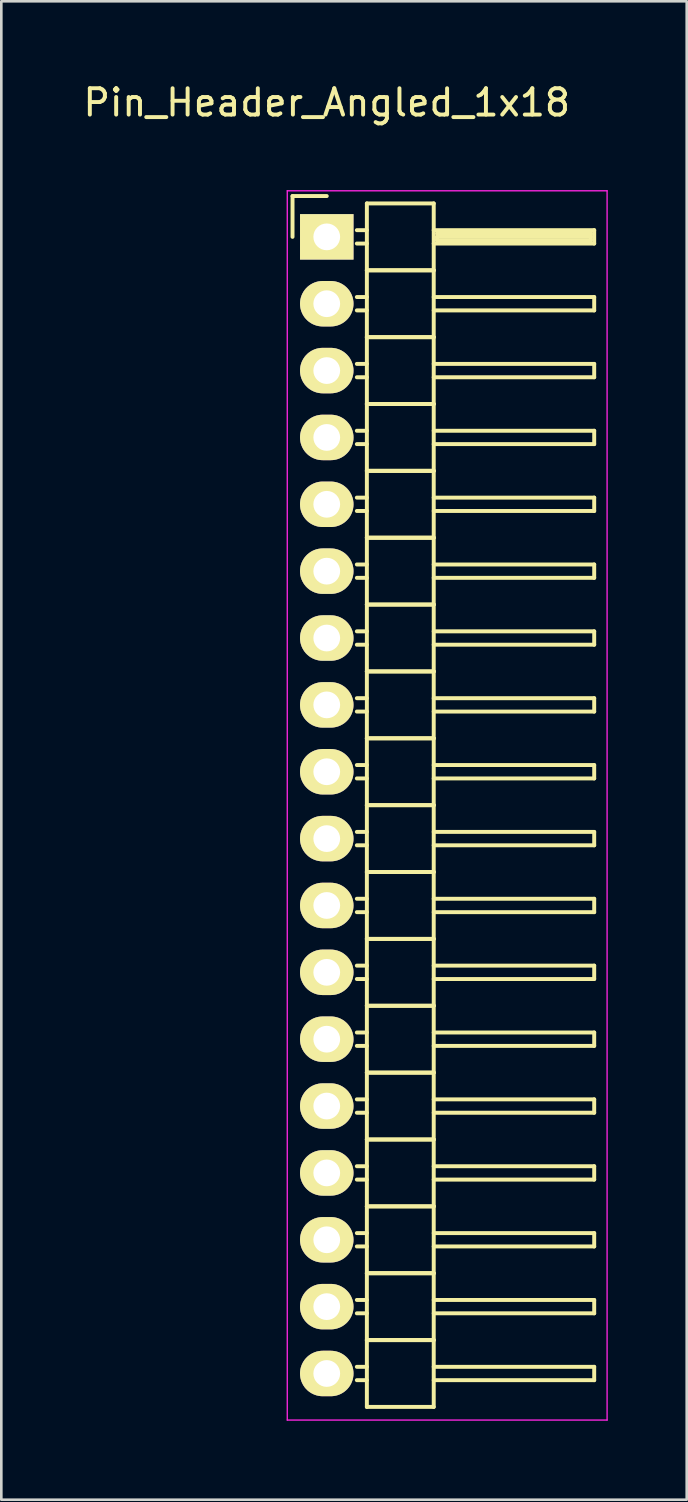
<source format=kicad_pcb>
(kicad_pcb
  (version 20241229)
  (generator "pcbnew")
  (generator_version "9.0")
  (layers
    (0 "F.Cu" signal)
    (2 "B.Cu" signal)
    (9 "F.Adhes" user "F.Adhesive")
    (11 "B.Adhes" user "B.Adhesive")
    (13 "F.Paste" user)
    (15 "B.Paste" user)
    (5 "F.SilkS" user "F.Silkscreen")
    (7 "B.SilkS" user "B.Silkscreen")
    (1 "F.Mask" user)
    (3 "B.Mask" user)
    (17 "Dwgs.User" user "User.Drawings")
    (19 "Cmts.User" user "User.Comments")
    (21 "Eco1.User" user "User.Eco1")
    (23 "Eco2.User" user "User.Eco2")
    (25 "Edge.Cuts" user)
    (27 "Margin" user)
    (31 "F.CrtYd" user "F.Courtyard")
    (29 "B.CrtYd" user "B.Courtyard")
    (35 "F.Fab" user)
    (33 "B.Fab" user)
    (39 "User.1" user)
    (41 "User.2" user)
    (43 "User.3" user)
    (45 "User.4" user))
  (footprint "Pin_Header_Angled_1x18"
    (layer "F.Cu")
    (at 9.363 5.948)
    (property "Reference" "Pin_Header_Angled_1x18" (at 0 -5.1 0) (layer "F.SilkS") (effects (font (size 1 1) (thickness 0.15))))
    (attr through_hole)
    (fp_line (start -1.3 -1.55) (end -1.3 0) (stroke (width 0.15) (type solid)) (layer "F.SilkS"))
    (fp_line (start 0 -1.55) (end -1.3 -1.55) (stroke (width 0.15) (type solid)) (layer "F.SilkS"))
    (fp_line (start 1.524 -1.27) (end 1.524 1.27) (stroke (width 0.15) (type solid)) (layer "F.SilkS"))
    (fp_line (start 1.524 -1.27) (end 4.064 -1.27) (stroke (width 0.15) (type solid)) (layer "F.SilkS"))
    (fp_line (start 1.524 -0.254) (end 1.143 -0.254) (stroke (width 0.15) (type solid)) (layer "F.SilkS"))
    (fp_line (start 1.524 0.254) (end 1.143 0.254) (stroke (width 0.15) (type solid)) (layer "F.SilkS"))
    (fp_line (start 1.524 1.27) (end 1.524 3.81) (stroke (width 0.15) (type solid)) (layer "F.SilkS"))
    (fp_line (start 1.524 1.27) (end 4.064 1.27) (stroke (width 0.15) (type solid)) (layer "F.SilkS"))
    (fp_line (start 1.524 1.27) (end 4.064 1.27) (stroke (width 0.15) (type solid)) (layer "F.SilkS"))
    (fp_line (start 1.524 2.286) (end 1.143 2.286) (stroke (width 0.15) (type solid)) (layer "F.SilkS"))
    (fp_line (start 1.524 2.794) (end 1.143 2.794) (stroke (width 0.15) (type solid)) (layer "F.SilkS"))
    (fp_line (start 1.524 3.81) (end 1.524 6.35) (stroke (width 0.15) (type solid)) (layer "F.SilkS"))
    (fp_line (start 1.524 3.81) (end 4.064 3.81) (stroke (width 0.15) (type solid)) (layer "F.SilkS"))
    (fp_line (start 1.524 3.81) (end 4.064 3.81) (stroke (width 0.15) (type solid)) (layer "F.SilkS"))
    (fp_line (start 1.524 4.826) (end 1.143 4.826) (stroke (width 0.15) (type solid)) (layer "F.SilkS"))
    (fp_line (start 1.524 5.334) (end 1.143 5.334) (stroke (width 0.15) (type solid)) (layer "F.SilkS"))
    (fp_line (start 1.524 6.35) (end 1.524 8.89) (stroke (width 0.15) (type solid)) (layer "F.SilkS"))
    (fp_line (start 1.524 6.35) (end 4.064 6.35) (stroke (width 0.15) (type solid)) (layer "F.SilkS"))
    (fp_line (start 1.524 6.35) (end 4.064 6.35) (stroke (width 0.15) (type solid)) (layer "F.SilkS"))
    (fp_line (start 1.524 7.366) (end 1.143 7.366) (stroke (width 0.15) (type solid)) (layer "F.SilkS"))
    (fp_line (start 1.524 7.874) (end 1.143 7.874) (stroke (width 0.15) (type solid)) (layer "F.SilkS"))
    (fp_line (start 1.524 8.89) (end 1.524 11.43) (stroke (width 0.15) (type solid)) (layer "F.SilkS"))
    (fp_line (start 1.524 8.89) (end 4.064 8.89) (stroke (width 0.15) (type solid)) (layer "F.SilkS"))
    (fp_line (start 1.524 8.89) (end 4.064 8.89) (stroke (width 0.15) (type solid)) (layer "F.SilkS"))
    (fp_line (start 1.524 9.906) (end 1.143 9.906) (stroke (width 0.15) (type solid)) (layer "F.SilkS"))
    (fp_line (start 1.524 10.414) (end 1.143 10.414) (stroke (width 0.15) (type solid)) (layer "F.SilkS"))
    (fp_line (start 1.524 11.43) (end 1.524 13.97) (stroke (width 0.15) (type solid)) (layer "F.SilkS"))
    (fp_line (start 1.524 11.43) (end 4.064 11.43) (stroke (width 0.15) (type solid)) (layer "F.SilkS"))
    (fp_line (start 1.524 11.43) (end 4.064 11.43) (stroke (width 0.15) (type solid)) (layer "F.SilkS"))
    (fp_line (start 1.524 12.446) (end 1.143 12.446) (stroke (width 0.15) (type solid)) (layer "F.SilkS"))
    (fp_line (start 1.524 12.954) (end 1.143 12.954) (stroke (width 0.15) (type solid)) (layer "F.SilkS"))
    (fp_line (start 1.524 13.97) (end 1.524 16.51) (stroke (width 0.15) (type solid)) (layer "F.SilkS"))
    (fp_line (start 1.524 13.97) (end 4.064 13.97) (stroke (width 0.15) (type solid)) (layer "F.SilkS"))
    (fp_line (start 1.524 13.97) (end 4.064 13.97) (stroke (width 0.15) (type solid)) (layer "F.SilkS"))
    (fp_line (start 1.524 14.986) (end 1.143 14.986) (stroke (width 0.15) (type solid)) (layer "F.SilkS"))
    (fp_line (start 1.524 15.494) (end 1.143 15.494) (stroke (width 0.15) (type solid)) (layer "F.SilkS"))
    (fp_line (start 1.524 16.51) (end 1.524 19.05) (stroke (width 0.15) (type solid)) (layer "F.SilkS"))
    (fp_line (start 1.524 16.51) (end 4.064 16.51) (stroke (width 0.15) (type solid)) (layer "F.SilkS"))
    (fp_line (start 1.524 16.51) (end 4.064 16.51) (stroke (width 0.15) (type solid)) (layer "F.SilkS"))
    (fp_line (start 1.524 17.526) (end 1.143 17.526) (stroke (width 0.15) (type solid)) (layer "F.SilkS"))
    (fp_line (start 1.524 18.034) (end 1.143 18.034) (stroke (width 0.15) (type solid)) (layer "F.SilkS"))
    (fp_line (start 1.524 19.05) (end 1.524 21.59) (stroke (width 0.15) (type solid)) (layer "F.SilkS"))
    (fp_line (start 1.524 19.05) (end 4.064 19.05) (stroke (width 0.15) (type solid)) (layer "F.SilkS"))
    (fp_line (start 1.524 19.05) (end 4.064 19.05) (stroke (width 0.15) (type solid)) (layer "F.SilkS"))
    (fp_line (start 1.524 20.066) (end 1.143 20.066) (stroke (width 0.15) (type solid)) (layer "F.SilkS"))
    (fp_line (start 1.524 20.574) (end 1.143 20.574) (stroke (width 0.15) (type solid)) (layer "F.SilkS"))
    (fp_line (start 1.524 21.59) (end 1.524 24.13) (stroke (width 0.15) (type solid)) (layer "F.SilkS"))
    (fp_line (start 1.524 21.59) (end 4.064 21.59) (stroke (width 0.15) (type solid)) (layer "F.SilkS"))
    (fp_line (start 1.524 21.59) (end 4.064 21.59) (stroke (width 0.15) (type solid)) (layer "F.SilkS"))
    (fp_line (start 1.524 22.606) (end 1.143 22.606) (stroke (width 0.15) (type solid)) (layer "F.SilkS"))
    (fp_line (start 1.524 23.114) (end 1.143 23.114) (stroke (width 0.15) (type solid)) (layer "F.SilkS"))
    (fp_line (start 1.524 24.13) (end 1.524 26.67) (stroke (width 0.15) (type solid)) (layer "F.SilkS"))
    (fp_line (start 1.524 24.13) (end 4.064 24.13) (stroke (width 0.15) (type solid)) (layer "F.SilkS"))
    (fp_line (start 1.524 24.13) (end 4.064 24.13) (stroke (width 0.15) (type solid)) (layer "F.SilkS"))
    (fp_line (start 1.524 25.146) (end 1.143 25.146) (stroke (width 0.15) (type solid)) (layer "F.SilkS"))
    (fp_line (start 1.524 25.654) (end 1.143 25.654) (stroke (width 0.15) (type solid)) (layer "F.SilkS"))
    (fp_line (start 1.524 26.67) (end 1.524 29.21) (stroke (width 0.15) (type solid)) (layer "F.SilkS"))
    (fp_line (start 1.524 26.67) (end 4.064 26.67) (stroke (width 0.15) (type solid)) (layer "F.SilkS"))
    (fp_line (start 1.524 26.67) (end 4.064 26.67) (stroke (width 0.15) (type solid)) (layer "F.SilkS"))
    (fp_line (start 1.524 27.686) (end 1.143 27.686) (stroke (width 0.15) (type solid)) (layer "F.SilkS"))
    (fp_line (start 1.524 28.194) (end 1.143 28.194) (stroke (width 0.15) (type solid)) (layer "F.SilkS"))
    (fp_line (start 1.524 29.21) (end 1.524 31.75) (stroke (width 0.15) (type solid)) (layer "F.SilkS"))
    (fp_line (start 1.524 29.21) (end 4.064 29.21) (stroke (width 0.15) (type solid)) (layer "F.SilkS"))
    (fp_line (start 1.524 29.21) (end 4.064 29.21) (stroke (width 0.15) (type solid)) (layer "F.SilkS"))
    (fp_line (start 1.524 30.226) (end 1.143 30.226) (stroke (width 0.15) (type solid)) (layer "F.SilkS"))
    (fp_line (start 1.524 30.734) (end 1.143 30.734) (stroke (width 0.15) (type solid)) (layer "F.SilkS"))
    (fp_line (start 1.524 31.75) (end 1.524 34.29) (stroke (width 0.15) (type solid)) (layer "F.SilkS"))
    (fp_line (start 1.524 31.75) (end 4.064 31.75) (stroke (width 0.15) (type solid)) (layer "F.SilkS"))
    (fp_line (start 1.524 31.75) (end 4.064 31.75) (stroke (width 0.15) (type solid)) (layer "F.SilkS"))
    (fp_line (start 1.524 32.766) (end 1.143 32.766) (stroke (width 0.15) (type solid)) (layer "F.SilkS"))
    (fp_line (start 1.524 33.274) (end 1.143 33.274) (stroke (width 0.15) (type solid)) (layer "F.SilkS"))
    (fp_line (start 1.524 34.29) (end 1.524 36.83) (stroke (width 0.15) (type solid)) (layer "F.SilkS"))
    (fp_line (start 1.524 34.29) (end 4.064 34.29) (stroke (width 0.15) (type solid)) (layer "F.SilkS"))
    (fp_line (start 1.524 34.29) (end 4.064 34.29) (stroke (width 0.15) (type solid)) (layer "F.SilkS"))
    (fp_line (start 1.524 35.306) (end 1.143 35.306) (stroke (width 0.15) (type solid)) (layer "F.SilkS"))
    (fp_line (start 1.524 35.814) (end 1.143 35.814) (stroke (width 0.15) (type solid)) (layer "F.SilkS"))
    (fp_line (start 1.524 36.83) (end 1.524 39.37) (stroke (width 0.15) (type solid)) (layer "F.SilkS"))
    (fp_line (start 1.524 36.83) (end 4.064 36.83) (stroke (width 0.15) (type solid)) (layer "F.SilkS"))
    (fp_line (start 1.524 36.83) (end 4.064 36.83) (stroke (width 0.15) (type solid)) (layer "F.SilkS"))
    (fp_line (start 1.524 37.846) (end 1.143 37.846) (stroke (width 0.15) (type solid)) (layer "F.SilkS"))
    (fp_line (start 1.524 38.354) (end 1.143 38.354) (stroke (width 0.15) (type solid)) (layer "F.SilkS"))
    (fp_line (start 1.524 39.37) (end 1.524 41.91) (stroke (width 0.15) (type solid)) (layer "F.SilkS"))
    (fp_line (start 1.524 39.37) (end 4.064 39.37) (stroke (width 0.15) (type solid)) (layer "F.SilkS"))
    (fp_line (start 1.524 39.37) (end 4.064 39.37) (stroke (width 0.15) (type solid)) (layer "F.SilkS"))
    (fp_line (start 1.524 40.386) (end 1.143 40.386) (stroke (width 0.15) (type solid)) (layer "F.SilkS"))
    (fp_line (start 1.524 40.894) (end 1.143 40.894) (stroke (width 0.15) (type solid)) (layer "F.SilkS"))
    (fp_line (start 1.524 41.91) (end 1.524 44.45) (stroke (width 0.15) (type solid)) (layer "F.SilkS"))
    (fp_line (start 1.524 41.91) (end 4.064 41.91) (stroke (width 0.15) (type solid)) (layer "F.SilkS"))
    (fp_line (start 1.524 41.91) (end 4.064 41.91) (stroke (width 0.15) (type solid)) (layer "F.SilkS"))
    (fp_line (start 1.524 42.926) (end 1.143 42.926) (stroke (width 0.15) (type solid)) (layer "F.SilkS"))
    (fp_line (start 1.524 43.434) (end 1.143 43.434) (stroke (width 0.15) (type solid)) (layer "F.SilkS"))
    (fp_line (start 1.524 44.45) (end 4.064 44.45) (stroke (width 0.15) (type solid)) (layer "F.SilkS"))
    (fp_line (start 4.064 -0.254) (end 10.16 -0.254) (stroke (width 0.15) (type solid)) (layer "F.SilkS"))
    (fp_line (start 4.064 1.27) (end 4.064 -1.27) (stroke (width 0.15) (type solid)) (layer "F.SilkS"))
    (fp_line (start 4.064 2.286) (end 10.16 2.286) (stroke (width 0.15) (type solid)) (layer "F.SilkS"))
    (fp_line (start 4.064 3.81) (end 4.064 1.27) (stroke (width 0.15) (type solid)) (layer "F.SilkS"))
    (fp_line (start 4.064 4.826) (end 10.16 4.826) (stroke (width 0.15) (type solid)) (layer "F.SilkS"))
    (fp_line (start 4.064 6.35) (end 4.064 3.81) (stroke (width 0.15) (type solid)) (layer "F.SilkS"))
    (fp_line (start 4.064 7.366) (end 10.16 7.366) (stroke (width 0.15) (type solid)) (layer "F.SilkS"))
    (fp_line (start 4.064 8.89) (end 4.064 6.35) (stroke (width 0.15) (type solid)) (layer "F.SilkS"))
    (fp_line (start 4.064 9.906) (end 10.16 9.906) (stroke (width 0.15) (type solid)) (layer "F.SilkS"))
    (fp_line (start 4.064 11.43) (end 4.064 8.89) (stroke (width 0.15) (type solid)) (layer "F.SilkS"))
    (fp_line (start 4.064 12.446) (end 10.16 12.446) (stroke (width 0.15) (type solid)) (layer "F.SilkS"))
    (fp_line (start 4.064 13.97) (end 4.064 11.43) (stroke (width 0.15) (type solid)) (layer "F.SilkS"))
    (fp_line (start 4.064 14.986) (end 10.16 14.986) (stroke (width 0.15) (type solid)) (layer "F.SilkS"))
    (fp_line (start 4.064 16.51) (end 4.064 13.97) (stroke (width 0.15) (type solid)) (layer "F.SilkS"))
    (fp_line (start 4.064 17.526) (end 10.16 17.526) (stroke (width 0.15) (type solid)) (layer "F.SilkS"))
    (fp_line (start 4.064 19.05) (end 4.064 16.51) (stroke (width 0.15) (type solid)) (layer "F.SilkS"))
    (fp_line (start 4.064 20.066) (end 10.16 20.066) (stroke (width 0.15) (type solid)) (layer "F.SilkS"))
    (fp_line (start 4.064 21.59) (end 4.064 19.05) (stroke (width 0.15) (type solid)) (layer "F.SilkS"))
    (fp_line (start 4.064 22.606) (end 10.16 22.606) (stroke (width 0.15) (type solid)) (layer "F.SilkS"))
    (fp_line (start 4.064 24.13) (end 4.064 21.59) (stroke (width 0.15) (type solid)) (layer "F.SilkS"))
    (fp_line (start 4.064 25.146) (end 10.16 25.146) (stroke (width 0.15) (type solid)) (layer "F.SilkS"))
    (fp_line (start 4.064 26.67) (end 4.064 24.13) (stroke (width 0.15) (type solid)) (layer "F.SilkS"))
    (fp_line (start 4.064 27.686) (end 10.16 27.686) (stroke (width 0.15) (type solid)) (layer "F.SilkS"))
    (fp_line (start 4.064 29.21) (end 4.064 26.67) (stroke (width 0.15) (type solid)) (layer "F.SilkS"))
    (fp_line (start 4.064 30.226) (end 10.16 30.226) (stroke (width 0.15) (type solid)) (layer "F.SilkS"))
    (fp_line (start 4.064 31.75) (end 4.064 29.21) (stroke (width 0.15) (type solid)) (layer "F.SilkS"))
    (fp_line (start 4.064 32.766) (end 10.16 32.766) (stroke (width 0.15) (type solid)) (layer "F.SilkS"))
    (fp_line (start 4.064 34.29) (end 4.064 31.75) (stroke (width 0.15) (type solid)) (layer "F.SilkS"))
    (fp_line (start 4.064 35.306) (end 10.16 35.306) (stroke (width 0.15) (type solid)) (layer "F.SilkS"))
    (fp_line (start 4.064 36.83) (end 4.064 34.29) (stroke (width 0.15) (type solid)) (layer "F.SilkS"))
    (fp_line (start 4.064 37.846) (end 10.16 37.846) (stroke (width 0.15) (type solid)) (layer "F.SilkS"))
    (fp_line (start 4.064 39.37) (end 4.064 36.83) (stroke (width 0.15) (type solid)) (layer "F.SilkS"))
    (fp_line (start 4.064 40.386) (end 10.16 40.386) (stroke (width 0.15) (type solid)) (layer "F.SilkS"))
    (fp_line (start 4.064 41.91) (end 4.064 39.37) (stroke (width 0.15) (type solid)) (layer "F.SilkS"))
    (fp_line (start 4.064 42.926) (end 10.16 42.926) (stroke (width 0.15) (type solid)) (layer "F.SilkS"))
    (fp_line (start 4.064 44.45) (end 4.064 41.91) (stroke (width 0.15) (type solid)) (layer "F.SilkS"))
    (fp_line (start 4.191 -0.127) (end 10.033 -0.127) (stroke (width 0.15) (type solid)) (layer "F.SilkS"))
    (fp_line (start 4.191 0) (end 10.033 0) (stroke (width 0.15) (type solid)) (layer "F.SilkS"))
    (fp_line (start 4.191 0.127) (end 4.191 0) (stroke (width 0.15) (type solid)) (layer "F.SilkS"))
    (fp_line (start 10.033 -0.127) (end 10.033 0.127) (stroke (width 0.15) (type solid)) (layer "F.SilkS"))
    (fp_line (start 10.033 0.127) (end 4.191 0.127) (stroke (width 0.15) (type solid)) (layer "F.SilkS"))
    (fp_line (start 10.16 -0.254) (end 10.16 0.254) (stroke (width 0.15) (type solid)) (layer "F.SilkS"))
    (fp_line (start 10.16 0.254) (end 4.064 0.254) (stroke (width 0.15) (type solid)) (layer "F.SilkS"))
    (fp_line (start 10.16 2.286) (end 10.16 2.794) (stroke (width 0.15) (type solid)) (layer "F.SilkS"))
    (fp_line (start 10.16 2.794) (end 4.064 2.794) (stroke (width 0.15) (type solid)) (layer "F.SilkS"))
    (fp_line (start 10.16 4.826) (end 10.16 5.334) (stroke (width 0.15) (type solid)) (layer "F.SilkS"))
    (fp_line (start 10.16 5.334) (end 4.064 5.334) (stroke (width 0.15) (type solid)) (layer "F.SilkS"))
    (fp_line (start 10.16 7.366) (end 10.16 7.874) (stroke (width 0.15) (type solid)) (layer "F.SilkS"))
    (fp_line (start 10.16 7.874) (end 4.064 7.874) (stroke (width 0.15) (type solid)) (layer "F.SilkS"))
    (fp_line (start 10.16 9.906) (end 10.16 10.414) (stroke (width 0.15) (type solid)) (layer "F.SilkS"))
    (fp_line (start 10.16 10.414) (end 4.064 10.414) (stroke (width 0.15) (type solid)) (layer "F.SilkS"))
    (fp_line (start 10.16 12.446) (end 10.16 12.954) (stroke (width 0.15) (type solid)) (layer "F.SilkS"))
    (fp_line (start 10.16 12.954) (end 4.064 12.954) (stroke (width 0.15) (type solid)) (layer "F.SilkS"))
    (fp_line (start 10.16 14.986) (end 10.16 15.494) (stroke (width 0.15) (type solid)) (layer "F.SilkS"))
    (fp_line (start 10.16 15.494) (end 4.064 15.494) (stroke (width 0.15) (type solid)) (layer "F.SilkS"))
    (fp_line (start 10.16 17.526) (end 10.16 18.034) (stroke (width 0.15) (type solid)) (layer "F.SilkS"))
    (fp_line (start 10.16 18.034) (end 4.064 18.034) (stroke (width 0.15) (type solid)) (layer "F.SilkS"))
    (fp_line (start 10.16 20.066) (end 10.16 20.574) (stroke (width 0.15) (type solid)) (layer "F.SilkS"))
    (fp_line (start 10.16 20.574) (end 4.064 20.574) (stroke (width 0.15) (type solid)) (layer "F.SilkS"))
    (fp_line (start 10.16 22.606) (end 10.16 23.114) (stroke (width 0.15) (type solid)) (layer "F.SilkS"))
    (fp_line (start 10.16 23.114) (end 4.064 23.114) (stroke (width 0.15) (type solid)) (layer "F.SilkS"))
    (fp_line (start 10.16 25.146) (end 10.16 25.654) (stroke (width 0.15) (type solid)) (layer "F.SilkS"))
    (fp_line (start 10.16 25.654) (end 4.064 25.654) (stroke (width 0.15) (type solid)) (layer "F.SilkS"))
    (fp_line (start 10.16 27.686) (end 10.16 28.194) (stroke (width 0.15) (type solid)) (layer "F.SilkS"))
    (fp_line (start 10.16 28.194) (end 4.064 28.194) (stroke (width 0.15) (type solid)) (layer "F.SilkS"))
    (fp_line (start 10.16 30.226) (end 10.16 30.734) (stroke (width 0.15) (type solid)) (layer "F.SilkS"))
    (fp_line (start 10.16 30.734) (end 4.064 30.734) (stroke (width 0.15) (type solid)) (layer "F.SilkS"))
    (fp_line (start 10.16 32.766) (end 10.16 33.274) (stroke (width 0.15) (type solid)) (layer "F.SilkS"))
    (fp_line (start 10.16 33.274) (end 4.064 33.274) (stroke (width 0.15) (type solid)) (layer "F.SilkS"))
    (fp_line (start 10.16 35.306) (end 10.16 35.814) (stroke (width 0.15) (type solid)) (layer "F.SilkS"))
    (fp_line (start 10.16 35.814) (end 4.064 35.814) (stroke (width 0.15) (type solid)) (layer "F.SilkS"))
    (fp_line (start 10.16 37.846) (end 10.16 38.354) (stroke (width 0.15) (type solid)) (layer "F.SilkS"))
    (fp_line (start 10.16 38.354) (end 4.064 38.354) (stroke (width 0.15) (type solid)) (layer "F.SilkS"))
    (fp_line (start 10.16 40.386) (end 10.16 40.894) (stroke (width 0.15) (type solid)) (layer "F.SilkS"))
    (fp_line (start 10.16 40.894) (end 4.064 40.894) (stroke (width 0.15) (type solid)) (layer "F.SilkS"))
    (fp_line (start 10.16 42.926) (end 10.16 43.434) (stroke (width 0.15) (type solid)) (layer "F.SilkS"))
    (fp_line (start 10.16 43.434) (end 4.064 43.434) (stroke (width 0.15) (type solid)) (layer "F.SilkS"))
    (fp_line (start -1.5 -1.75) (end -1.5 44.95) (stroke (width 0.05) (type solid)) (layer "F.CrtYd"))
    (fp_line (start -1.5 -1.75) (end 10.65 -1.75) (stroke (width 0.05) (type solid)) (layer "F.CrtYd"))
    (fp_line (start -1.5 44.95) (end 10.65 44.95) (stroke (width 0.05) (type solid)) (layer "F.CrtYd"))
    (fp_line (start 10.65 -1.75) (end 10.65 44.95) (stroke (width 0.05) (type solid)) (layer "F.CrtYd"))
    (pad "1" thru_hole rect (at 0 0) (size 2.032 1.727) (drill 1.016) (layers "*.Cu" "*.Mask" "F.SilkS"))
    (pad "2" thru_hole oval (at 0 2.54) (size 2.032 1.727) (drill 1.016) (layers "*.Cu" "*.Mask" "F.SilkS"))
    (pad "3" thru_hole oval (at 0 5.08) (size 2.032 1.727) (drill 1.016) (layers "*.Cu" "*.Mask" "F.SilkS"))
    (pad "4" thru_hole oval (at 0 7.62) (size 2.032 1.727) (drill 1.016) (layers "*.Cu" "*.Mask" "F.SilkS"))
    (pad "5" thru_hole oval (at 0 10.16) (size 2.032 1.727) (drill 1.016) (layers "*.Cu" "*.Mask" "F.SilkS"))
    (pad "6" thru_hole oval (at 0 12.7) (size 2.032 1.727) (drill 1.016) (layers "*.Cu" "*.Mask" "F.SilkS"))
    (pad "7" thru_hole oval (at 0 15.24) (size 2.032 1.727) (drill 1.016) (layers "*.Cu" "*.Mask" "F.SilkS"))
    (pad "8" thru_hole oval (at 0 17.78) (size 2.032 1.727) (drill 1.016) (layers "*.Cu" "*.Mask" "F.SilkS"))
    (pad "9" thru_hole oval (at 0 20.32) (size 2.032 1.727) (drill 1.016) (layers "*.Cu" "*.Mask" "F.SilkS"))
    (pad "10" thru_hole oval (at 0 22.86) (size 2.032 1.727) (drill 1.016) (layers "*.Cu" "*.Mask" "F.SilkS"))
    (pad "11" thru_hole oval (at 0 25.4) (size 2.032 1.727) (drill 1.016) (layers "*.Cu" "*.Mask" "F.SilkS"))
    (pad "12" thru_hole oval (at 0 27.94) (size 2.032 1.727) (drill 1.016) (layers "*.Cu" "*.Mask" "F.SilkS"))
    (pad "13" thru_hole oval (at 0 30.48) (size 2.032 1.727) (drill 1.016) (layers "*.Cu" "*.Mask" "F.SilkS"))
    (pad "14" thru_hole oval (at 0 33.02) (size 2.032 1.727) (drill 1.016) (layers "*.Cu" "*.Mask" "F.SilkS"))
    (pad "15" thru_hole oval (at 0 35.56) (size 2.032 1.727) (drill 1.016) (layers "*.Cu" "*.Mask" "F.SilkS"))
    (pad "16" thru_hole oval (at 0 38.1) (size 2.032 1.727) (drill 1.016) (layers "*.Cu" "*.Mask" "F.SilkS"))
    (pad "17" thru_hole oval (at 0 40.64) (size 2.032 1.727) (drill 1.016) (layers "*.Cu" "*.Mask" "F.SilkS"))
    (pad "18" thru_hole oval (at 0 43.18) (size 2.032 1.727) (drill 1.016) (layers "*.Cu" "*.Mask" "F.SilkS")))
  (gr_rect
    (start -3 -3)
    (end 23.038 53.923)
    (stroke (width 0.1) (type default))
    (fill no)
    (layer "Edge.Cuts")))
</source>
